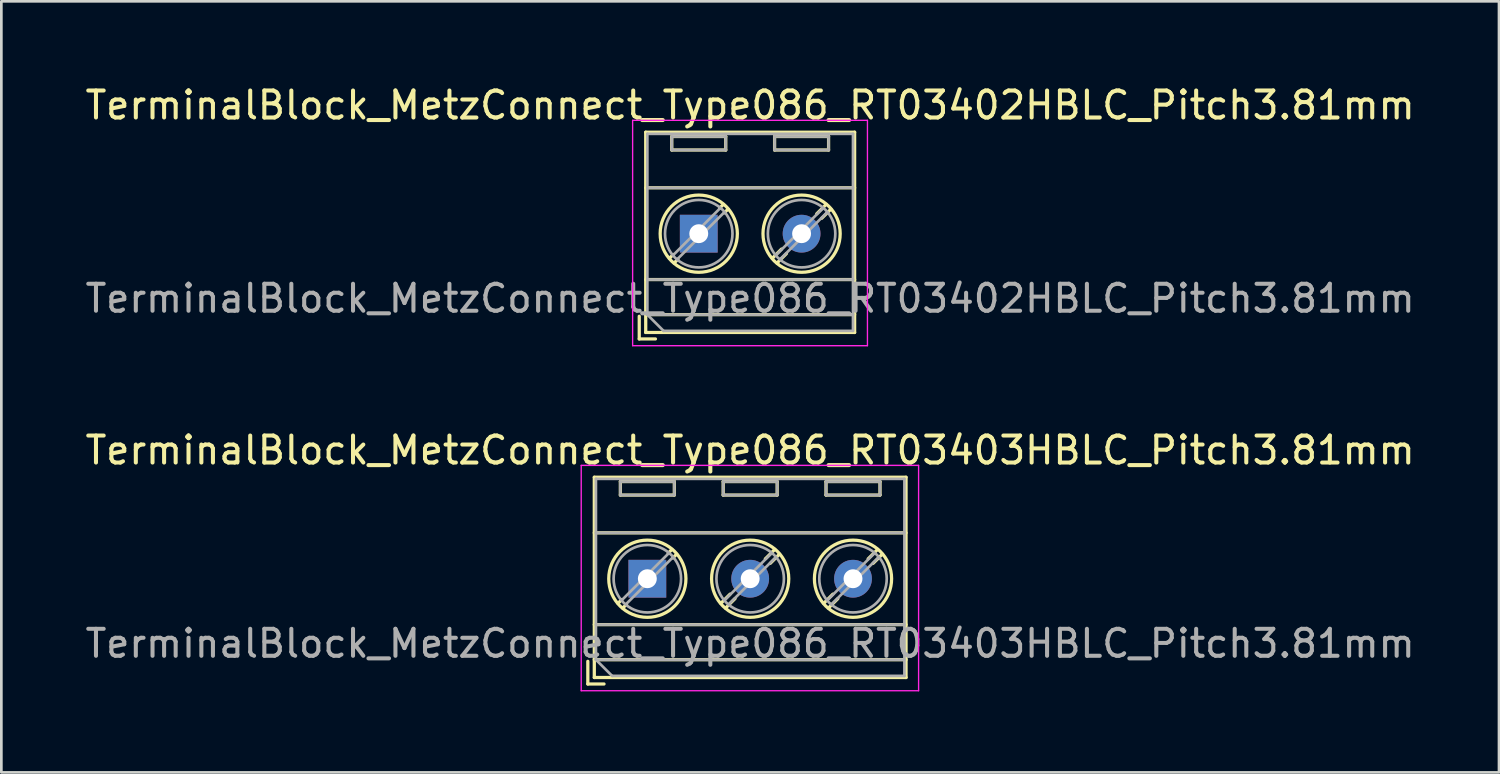
<source format=kicad_pcb>
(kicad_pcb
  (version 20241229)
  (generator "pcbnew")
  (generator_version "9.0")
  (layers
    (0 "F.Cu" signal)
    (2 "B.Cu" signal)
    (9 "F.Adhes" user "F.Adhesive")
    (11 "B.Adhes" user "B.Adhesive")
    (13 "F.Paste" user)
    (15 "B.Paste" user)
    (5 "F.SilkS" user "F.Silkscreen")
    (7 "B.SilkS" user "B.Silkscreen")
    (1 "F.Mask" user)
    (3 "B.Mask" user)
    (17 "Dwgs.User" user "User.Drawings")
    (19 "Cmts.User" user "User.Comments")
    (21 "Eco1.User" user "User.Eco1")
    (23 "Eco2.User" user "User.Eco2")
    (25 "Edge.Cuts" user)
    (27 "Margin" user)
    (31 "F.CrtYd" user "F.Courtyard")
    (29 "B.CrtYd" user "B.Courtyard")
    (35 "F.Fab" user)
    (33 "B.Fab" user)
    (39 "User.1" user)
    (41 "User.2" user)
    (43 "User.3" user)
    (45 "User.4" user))
  (footprint "TerminalBlock_MetzConnect_Type086_RT03403HBLC_Pitch3.81mm"
    (layer "F.Cu")
    (at 20.934 18.392)
    (property "Reference" "TerminalBlock_MetzConnect_Type086_RT03403HBLC_Pitch3.81mm" (at 3.81 -4.76 0) (layer "F.SilkS") (effects (font (size 1 1) (thickness 0.15))))
    (attr through_hole)
    (fp_line (start -2.205 3.06) (end -2.205 3.9) (stroke (width 0.12) (type solid)) (layer "F.SilkS"))
    (fp_line (start -2.205 3.9) (end -1.605 3.9) (stroke (width 0.12) (type solid)) (layer "F.SilkS"))
    (fp_line (start -1.965 -3.76) (end -1.965 3.66) (stroke (width 0.12) (type solid)) (layer "F.SilkS"))
    (fp_line (start -1.965 -1.7) (end 9.585 -1.7) (stroke (width 0.12) (type solid)) (layer "F.SilkS"))
    (fp_line (start -1.965 1.7) (end 9.585 1.7) (stroke (width 0.12) (type solid)) (layer "F.SilkS"))
    (fp_line (start -1.965 3) (end 9.585 3) (stroke (width 0.12) (type solid)) (layer "F.SilkS"))
    (fp_line (start -1.965 3.66) (end 9.585 3.66) (stroke (width 0.12) (type solid)) (layer "F.SilkS"))
    (fp_line (start -1 -3.6) (end -1 -3.1) (stroke (width 0.12) (type solid)) (layer "F.SilkS"))
    (fp_line (start -1 -3.6) (end 1 -3.6) (stroke (width 0.12) (type solid)) (layer "F.SilkS"))
    (fp_line (start -1 -3.1) (end 1 -3.1) (stroke (width 0.12) (type solid)) (layer "F.SilkS"))
    (fp_line (start -0.946 0.771) (end -1.085 0.91) (stroke (width 0.12) (type solid)) (layer "F.SilkS"))
    (fp_line (start -0.771 0.945) (end -0.911 1.085) (stroke (width 0.12) (type solid)) (layer "F.SilkS"))
    (fp_line (start 0.911 -1.085) (end 0.771 -0.945) (stroke (width 0.12) (type solid)) (layer "F.SilkS"))
    (fp_line (start 1 -3.6) (end 1 -3.1) (stroke (width 0.12) (type solid)) (layer "F.SilkS"))
    (fp_line (start 1.085 -0.91) (end 0.945 -0.771) (stroke (width 0.12) (type solid)) (layer "F.SilkS"))
    (fp_line (start 2.81 -3.6) (end 2.81 -3.1) (stroke (width 0.12) (type solid)) (layer "F.SilkS"))
    (fp_line (start 2.81 -3.6) (end 4.81 -3.6) (stroke (width 0.12) (type solid)) (layer "F.SilkS"))
    (fp_line (start 2.81 -3.1) (end 4.81 -3.1) (stroke (width 0.12) (type solid)) (layer "F.SilkS"))
    (fp_line (start 3.065 0.571) (end 2.726 0.91) (stroke (width 0.12) (type solid)) (layer "F.SilkS"))
    (fp_line (start 3.249 0.736) (end 2.9 1.085) (stroke (width 0.12) (type solid)) (layer "F.SilkS"))
    (fp_line (start 4.721 -1.085) (end 4.371 -0.736) (stroke (width 0.12) (type solid)) (layer "F.SilkS"))
    (fp_line (start 4.81 -3.6) (end 4.81 -3.1) (stroke (width 0.12) (type solid)) (layer "F.SilkS"))
    (fp_line (start 4.895 -0.91) (end 4.556 -0.571) (stroke (width 0.12) (type solid)) (layer "F.SilkS"))
    (fp_line (start 6.62 -3.6) (end 6.62 -3.1) (stroke (width 0.12) (type solid)) (layer "F.SilkS"))
    (fp_line (start 6.62 -3.6) (end 8.62 -3.6) (stroke (width 0.12) (type solid)) (layer "F.SilkS"))
    (fp_line (start 6.62 -3.1) (end 8.62 -3.1) (stroke (width 0.12) (type solid)) (layer "F.SilkS"))
    (fp_line (start 6.875 0.571) (end 6.536 0.91) (stroke (width 0.12) (type solid)) (layer "F.SilkS"))
    (fp_line (start 7.059 0.736) (end 6.71 1.085) (stroke (width 0.12) (type solid)) (layer "F.SilkS"))
    (fp_line (start 8.531 -1.085) (end 8.181 -0.736) (stroke (width 0.12) (type solid)) (layer "F.SilkS"))
    (fp_line (start 8.62 -3.6) (end 8.62 -3.1) (stroke (width 0.12) (type solid)) (layer "F.SilkS"))
    (fp_line (start 8.705 -0.91) (end 8.366 -0.571) (stroke (width 0.12) (type solid)) (layer "F.SilkS"))
    (fp_line (start 9.585 -3.76) (end -1.965 -3.76) (stroke (width 0.12) (type solid)) (layer "F.SilkS"))
    (fp_line (start 9.585 3.66) (end 9.585 -3.76) (stroke (width 0.12) (type solid)) (layer "F.SilkS"))
    (fp_circle (center 0 0) (end 1.43 0) (stroke (width 0.12) (type solid)) (fill no) (layer "F.SilkS"))
    (fp_circle (center 3.81 0) (end 5.24 0) (stroke (width 0.12) (type solid)) (fill no) (layer "F.SilkS"))
    (fp_circle (center 7.62 0) (end 9.05 0) (stroke (width 0.12) (type solid)) (fill no) (layer "F.SilkS"))
    (fp_line (start -2.45 -4.2) (end -2.45 4.15) (stroke (width 0.05) (type solid)) (layer "F.CrtYd"))
    (fp_line (start -2.45 4.15) (end 10.05 4.15) (stroke (width 0.05) (type solid)) (layer "F.CrtYd"))
    (fp_line (start 10.05 -4.2) (end -2.45 -4.2) (stroke (width 0.05) (type solid)) (layer "F.CrtYd"))
    (fp_line (start 10.05 4.15) (end 10.05 -4.2) (stroke (width 0.05) (type solid)) (layer "F.CrtYd"))
    (fp_line (start -1.905 -3.7) (end 9.525 -3.7) (stroke (width 0.1) (type solid)) (layer "F.Fab"))
    (fp_line (start -1.905 -1.7) (end 9.525 -1.7) (stroke (width 0.1) (type solid)) (layer "F.Fab"))
    (fp_line (start -1.905 1.7) (end 9.525 1.7) (stroke (width 0.1) (type solid)) (layer "F.Fab"))
    (fp_line (start -1.905 3) (end -1.905 -3.7) (stroke (width 0.1) (type solid)) (layer "F.Fab"))
    (fp_line (start -1.905 3) (end 9.525 3) (stroke (width 0.1) (type solid)) (layer "F.Fab"))
    (fp_line (start -1.305 3.6) (end -1.905 3) (stroke (width 0.1) (type solid)) (layer "F.Fab"))
    (fp_line (start -1 -3.6) (end -1 -3.1) (stroke (width 0.1) (type solid)) (layer "F.Fab"))
    (fp_line (start -1 -3.1) (end 1 -3.1) (stroke (width 0.1) (type solid)) (layer "F.Fab"))
    (fp_line (start 0.796 -0.948) (end -0.949 0.796) (stroke (width 0.1) (type solid)) (layer "F.Fab"))
    (fp_line (start 0.949 -0.796) (end -0.796 0.948) (stroke (width 0.1) (type solid)) (layer "F.Fab"))
    (fp_line (start 1 -3.6) (end -1 -3.6) (stroke (width 0.1) (type solid)) (layer "F.Fab"))
    (fp_line (start 1 -3.1) (end 1 -3.6) (stroke (width 0.1) (type solid)) (layer "F.Fab"))
    (fp_line (start 2.81 -3.6) (end 2.81 -3.1) (stroke (width 0.1) (type solid)) (layer "F.Fab"))
    (fp_line (start 2.81 -3.1) (end 4.81 -3.1) (stroke (width 0.1) (type solid)) (layer "F.Fab"))
    (fp_line (start 4.606 -0.948) (end 2.862 0.796) (stroke (width 0.1) (type solid)) (layer "F.Fab"))
    (fp_line (start 4.759 -0.796) (end 3.015 0.948) (stroke (width 0.1) (type solid)) (layer "F.Fab"))
    (fp_line (start 4.81 -3.6) (end 2.81 -3.6) (stroke (width 0.1) (type solid)) (layer "F.Fab"))
    (fp_line (start 4.81 -3.1) (end 4.81 -3.6) (stroke (width 0.1) (type solid)) (layer "F.Fab"))
    (fp_line (start 6.62 -3.6) (end 6.62 -3.1) (stroke (width 0.1) (type solid)) (layer "F.Fab"))
    (fp_line (start 6.62 -3.1) (end 8.62 -3.1) (stroke (width 0.1) (type solid)) (layer "F.Fab"))
    (fp_line (start 8.416 -0.948) (end 6.672 0.796) (stroke (width 0.1) (type solid)) (layer "F.Fab"))
    (fp_line (start 8.569 -0.796) (end 6.825 0.948) (stroke (width 0.1) (type solid)) (layer "F.Fab"))
    (fp_line (start 8.62 -3.6) (end 6.62 -3.6) (stroke (width 0.1) (type solid)) (layer "F.Fab"))
    (fp_line (start 8.62 -3.1) (end 8.62 -3.6) (stroke (width 0.1) (type solid)) (layer "F.Fab"))
    (fp_line (start 9.525 -3.7) (end 9.525 3.6) (stroke (width 0.1) (type solid)) (layer "F.Fab"))
    (fp_line (start 9.525 3.6) (end -1.305 3.6) (stroke (width 0.1) (type solid)) (layer "F.Fab"))
    (fp_circle (center 0 0) (end 1.25 0) (stroke (width 0.1) (type solid)) (fill no) (layer "F.Fab"))
    (fp_circle (center 3.81 0) (end 5.06 0) (stroke (width 0.1) (type solid)) (fill no) (layer "F.Fab"))
    (fp_circle (center 7.62 0) (end 8.87 0) (stroke (width 0.1) (type solid)) (fill no) (layer "F.Fab"))
    (fp_text user "${REFERENCE}" (at 3.81 2.4 0) (layer "F.Fab") (effects (font (size 1 1) (thickness 0.15))))
    (pad "1" thru_hole rect (at 0 0) (size 1.4 1.4) (drill 0.7) (layers "*.Cu" "*.Mask"))
    (pad "2" thru_hole oval (at 3.81 0) (size 1.4 1.4) (drill 0.7) (layers "*.Cu" "*.Mask"))
    (pad "3" thru_hole oval (at 7.62 0) (size 1.4 1.4) (drill 0.7) (layers "*.Cu" "*.Mask")))
  (footprint "TerminalBlock_MetzConnect_Type086_RT03402HBLC_Pitch3.81mm"
    (layer "F.Cu")
    (at 22.839 5.608)
    (property "Reference" "TerminalBlock_MetzConnect_Type086_RT03402HBLC_Pitch3.81mm" (at 1.905 -4.76 0) (layer "F.SilkS") (effects (font (size 1 1) (thickness 0.15))))
    (attr through_hole)
    (fp_line (start -2.205 3.06) (end -2.205 3.9) (stroke (width 0.12) (type solid)) (layer "F.SilkS"))
    (fp_line (start -2.205 3.9) (end -1.605 3.9) (stroke (width 0.12) (type solid)) (layer "F.SilkS"))
    (fp_line (start -1.965 -3.76) (end -1.965 3.66) (stroke (width 0.12) (type solid)) (layer "F.SilkS"))
    (fp_line (start -1.965 -1.7) (end 5.775 -1.7) (stroke (width 0.12) (type solid)) (layer "F.SilkS"))
    (fp_line (start -1.965 1.7) (end 5.775 1.7) (stroke (width 0.12) (type solid)) (layer "F.SilkS"))
    (fp_line (start -1.965 3) (end 5.775 3) (stroke (width 0.12) (type solid)) (layer "F.SilkS"))
    (fp_line (start -1.965 3.66) (end 5.775 3.66) (stroke (width 0.12) (type solid)) (layer "F.SilkS"))
    (fp_line (start -1 -3.6) (end -1 -3.1) (stroke (width 0.12) (type solid)) (layer "F.SilkS"))
    (fp_line (start -1 -3.6) (end 1 -3.6) (stroke (width 0.12) (type solid)) (layer "F.SilkS"))
    (fp_line (start -1 -3.1) (end 1 -3.1) (stroke (width 0.12) (type solid)) (layer "F.SilkS"))
    (fp_line (start -0.946 0.771) (end -1.085 0.91) (stroke (width 0.12) (type solid)) (layer "F.SilkS"))
    (fp_line (start -0.771 0.945) (end -0.911 1.085) (stroke (width 0.12) (type solid)) (layer "F.SilkS"))
    (fp_line (start 0.911 -1.085) (end 0.771 -0.945) (stroke (width 0.12) (type solid)) (layer "F.SilkS"))
    (fp_line (start 1 -3.6) (end 1 -3.1) (stroke (width 0.12) (type solid)) (layer "F.SilkS"))
    (fp_line (start 1.085 -0.91) (end 0.945 -0.771) (stroke (width 0.12) (type solid)) (layer "F.SilkS"))
    (fp_line (start 2.81 -3.6) (end 2.81 -3.1) (stroke (width 0.12) (type solid)) (layer "F.SilkS"))
    (fp_line (start 2.81 -3.6) (end 4.81 -3.6) (stroke (width 0.12) (type solid)) (layer "F.SilkS"))
    (fp_line (start 2.81 -3.1) (end 4.81 -3.1) (stroke (width 0.12) (type solid)) (layer "F.SilkS"))
    (fp_line (start 3.065 0.571) (end 2.726 0.91) (stroke (width 0.12) (type solid)) (layer "F.SilkS"))
    (fp_line (start 3.249 0.736) (end 2.9 1.085) (stroke (width 0.12) (type solid)) (layer "F.SilkS"))
    (fp_line (start 4.721 -1.085) (end 4.371 -0.736) (stroke (width 0.12) (type solid)) (layer "F.SilkS"))
    (fp_line (start 4.81 -3.6) (end 4.81 -3.1) (stroke (width 0.12) (type solid)) (layer "F.SilkS"))
    (fp_line (start 4.895 -0.91) (end 4.556 -0.571) (stroke (width 0.12) (type solid)) (layer "F.SilkS"))
    (fp_line (start 5.775 -3.76) (end -1.965 -3.76) (stroke (width 0.12) (type solid)) (layer "F.SilkS"))
    (fp_line (start 5.775 3.66) (end 5.775 -3.76) (stroke (width 0.12) (type solid)) (layer "F.SilkS"))
    (fp_circle (center 0 0) (end 1.43 0) (stroke (width 0.12) (type solid)) (fill no) (layer "F.SilkS"))
    (fp_circle (center 3.81 0) (end 5.24 0) (stroke (width 0.12) (type solid)) (fill no) (layer "F.SilkS"))
    (fp_line (start -2.45 -4.2) (end -2.45 4.15) (stroke (width 0.05) (type solid)) (layer "F.CrtYd"))
    (fp_line (start -2.45 4.15) (end 6.25 4.15) (stroke (width 0.05) (type solid)) (layer "F.CrtYd"))
    (fp_line (start 6.25 -4.2) (end -2.45 -4.2) (stroke (width 0.05) (type solid)) (layer "F.CrtYd"))
    (fp_line (start 6.25 4.15) (end 6.25 -4.2) (stroke (width 0.05) (type solid)) (layer "F.CrtYd"))
    (fp_line (start -1.905 -3.7) (end 5.715 -3.7) (stroke (width 0.1) (type solid)) (layer "F.Fab"))
    (fp_line (start -1.905 -1.7) (end 5.715 -1.7) (stroke (width 0.1) (type solid)) (layer "F.Fab"))
    (fp_line (start -1.905 1.7) (end 5.715 1.7) (stroke (width 0.1) (type solid)) (layer "F.Fab"))
    (fp_line (start -1.905 3) (end -1.905 -3.7) (stroke (width 0.1) (type solid)) (layer "F.Fab"))
    (fp_line (start -1.905 3) (end 5.715 3) (stroke (width 0.1) (type solid)) (layer "F.Fab"))
    (fp_line (start -1.305 3.6) (end -1.905 3) (stroke (width 0.1) (type solid)) (layer "F.Fab"))
    (fp_line (start -1 -3.6) (end -1 -3.1) (stroke (width 0.1) (type solid)) (layer "F.Fab"))
    (fp_line (start -1 -3.1) (end 1 -3.1) (stroke (width 0.1) (type solid)) (layer "F.Fab"))
    (fp_line (start 0.796 -0.948) (end -0.949 0.796) (stroke (width 0.1) (type solid)) (layer "F.Fab"))
    (fp_line (start 0.949 -0.796) (end -0.796 0.948) (stroke (width 0.1) (type solid)) (layer "F.Fab"))
    (fp_line (start 1 -3.6) (end -1 -3.6) (stroke (width 0.1) (type solid)) (layer "F.Fab"))
    (fp_line (start 1 -3.1) (end 1 -3.6) (stroke (width 0.1) (type solid)) (layer "F.Fab"))
    (fp_line (start 2.81 -3.6) (end 2.81 -3.1) (stroke (width 0.1) (type solid)) (layer "F.Fab"))
    (fp_line (start 2.81 -3.1) (end 4.81 -3.1) (stroke (width 0.1) (type solid)) (layer "F.Fab"))
    (fp_line (start 4.606 -0.948) (end 2.862 0.796) (stroke (width 0.1) (type solid)) (layer "F.Fab"))
    (fp_line (start 4.759 -0.796) (end 3.015 0.948) (stroke (width 0.1) (type solid)) (layer "F.Fab"))
    (fp_line (start 4.81 -3.6) (end 2.81 -3.6) (stroke (width 0.1) (type solid)) (layer "F.Fab"))
    (fp_line (start 4.81 -3.1) (end 4.81 -3.6) (stroke (width 0.1) (type solid)) (layer "F.Fab"))
    (fp_line (start 5.715 -3.7) (end 5.715 3.6) (stroke (width 0.1) (type solid)) (layer "F.Fab"))
    (fp_line (start 5.715 3.6) (end -1.305 3.6) (stroke (width 0.1) (type solid)) (layer "F.Fab"))
    (fp_circle (center 0 0) (end 1.25 0) (stroke (width 0.1) (type solid)) (fill no) (layer "F.Fab"))
    (fp_circle (center 3.81 0) (end 5.06 0) (stroke (width 0.1) (type solid)) (fill no) (layer "F.Fab"))
    (fp_text user "${REFERENCE}" (at 1.905 2.4 0) (layer "F.Fab") (effects (font (size 1 1) (thickness 0.15))))
    (pad "1" thru_hole rect (at 0 0) (size 1.4 1.4) (drill 0.7) (layers "*.Cu" "*.Mask"))
    (pad "2" thru_hole oval (at 3.81 0) (size 1.4 1.4) (drill 0.7) (layers "*.Cu" "*.Mask")))
  (gr_rect
    (start -3 -3)
    (end 52.488 25.567)
    (stroke (width 0.1) (type default))
    (fill no)
    (layer "Edge.Cuts")))
</source>
